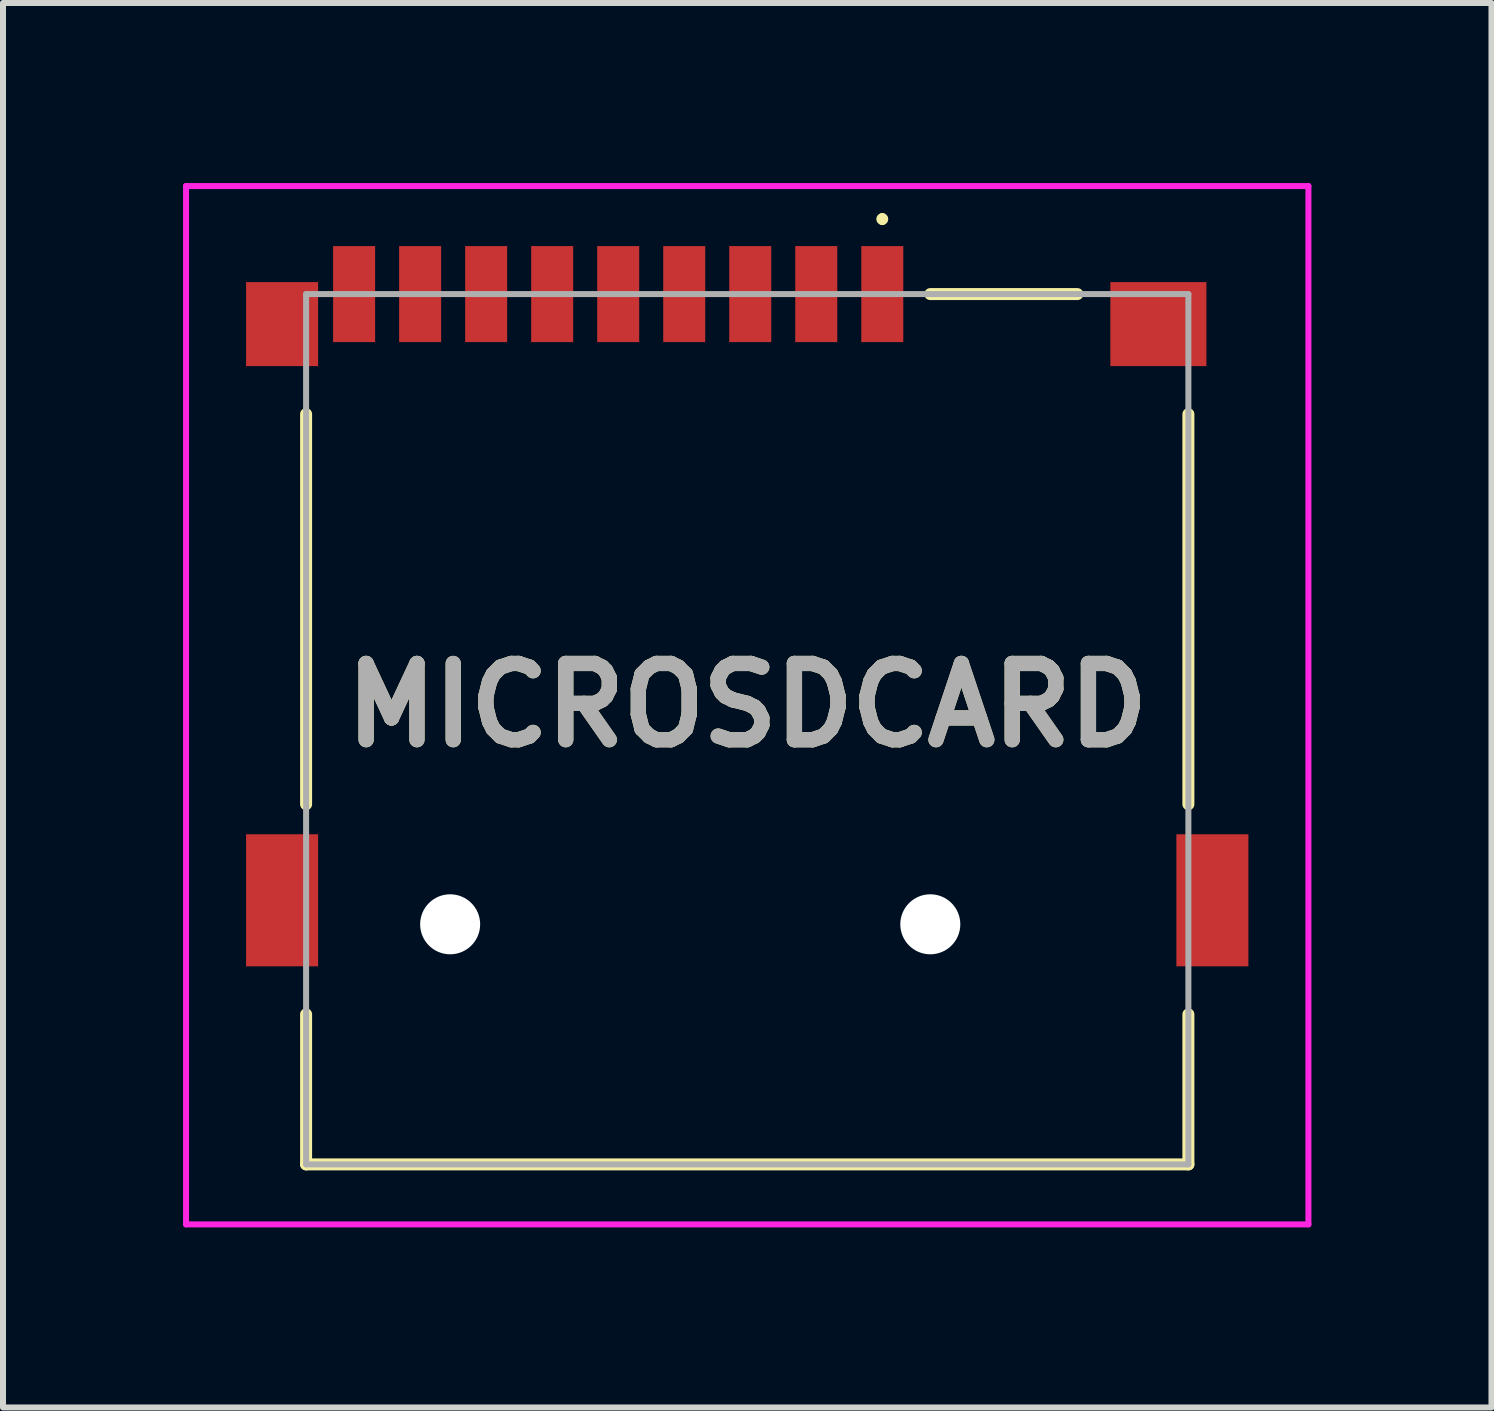
<source format=kicad_pcb>
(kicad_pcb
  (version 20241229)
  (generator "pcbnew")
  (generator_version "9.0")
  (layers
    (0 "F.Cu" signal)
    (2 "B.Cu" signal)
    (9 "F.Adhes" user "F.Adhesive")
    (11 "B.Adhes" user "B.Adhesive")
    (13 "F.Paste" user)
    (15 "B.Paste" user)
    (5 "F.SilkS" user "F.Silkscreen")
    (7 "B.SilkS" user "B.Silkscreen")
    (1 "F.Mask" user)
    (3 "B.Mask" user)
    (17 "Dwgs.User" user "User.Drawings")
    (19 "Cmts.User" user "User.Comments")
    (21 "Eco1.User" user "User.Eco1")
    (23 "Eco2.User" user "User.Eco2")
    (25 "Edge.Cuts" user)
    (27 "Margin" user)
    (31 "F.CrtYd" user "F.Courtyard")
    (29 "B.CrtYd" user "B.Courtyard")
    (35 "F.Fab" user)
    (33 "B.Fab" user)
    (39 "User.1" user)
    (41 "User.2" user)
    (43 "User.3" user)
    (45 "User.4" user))
  (footprint "MICROSDCARD"
    (layer "F.Cu")
    (at 9.4 8.7)
    (property "Reference" "MICROSDCARD" (at 0 0 0) (layer "F.SilkS") (effects (font (size 1.27 1.27) (thickness 0.254))))
    (attr through_hole)
    (fp_line (start -7.35 -4.85) (end -7.35 1.65) (stroke (width 0.2) (type solid)) (layer "F.SilkS"))
    (fp_line (start -7.35 5.15) (end -7.35 7.65) (stroke (width 0.2) (type solid)) (layer "F.SilkS"))
    (fp_line (start -7.35 7.65) (end 7.35 7.65) (stroke (width 0.2) (type solid)) (layer "F.SilkS"))
    (fp_line (start 2.25 -8.15) (end 2.25 -8.15) (stroke (width 0.1) (type solid)) (layer "F.SilkS"))
    (fp_line (start 2.25 -8.05) (end 2.25 -8.05) (stroke (width 0.1) (type solid)) (layer "F.SilkS"))
    (fp_line (start 3.05 -6.85) (end 5.5 -6.85) (stroke (width 0.2) (type solid)) (layer "F.SilkS"))
    (fp_line (start 7.35 -4.85) (end 7.35 1.65) (stroke (width 0.2) (type solid)) (layer "F.SilkS"))
    (fp_line (start 7.35 7.65) (end 7.35 5.15) (stroke (width 0.2) (type solid)) (layer "F.SilkS"))
    (fp_arc (start 2.25 -8.15) (mid 2.3 -8.1) (end 2.25 -8.05) (stroke (width 0.1) (type solid)) (layer "F.SilkS"))
    (fp_arc (start 2.25 -8.05) (mid 2.2 -8.1) (end 2.25 -8.15) (stroke (width 0.1) (type solid)) (layer "F.SilkS"))
    (fp_line (start -9.35 -8.65) (end 9.35 -8.65) (stroke (width 0.1) (type solid)) (layer "F.CrtYd"))
    (fp_line (start -9.35 8.65) (end -9.35 -8.65) (stroke (width 0.1) (type solid)) (layer "F.CrtYd"))
    (fp_line (start 9.35 -8.65) (end 9.35 8.65) (stroke (width 0.1) (type solid)) (layer "F.CrtYd"))
    (fp_line (start 9.35 8.65) (end -9.35 8.65) (stroke (width 0.1) (type solid)) (layer "F.CrtYd"))
    (fp_line (start -7.35 -6.85) (end 7.35 -6.85) (stroke (width 0.1) (type solid)) (layer "F.Fab"))
    (fp_line (start -7.35 7.65) (end -7.35 -6.85) (stroke (width 0.1) (type solid)) (layer "F.Fab"))
    (fp_line (start 7.35 -6.85) (end 7.35 7.65) (stroke (width 0.1) (type solid)) (layer "F.Fab"))
    (fp_line (start 7.35 7.65) (end -7.35 7.65) (stroke (width 0.1) (type solid)) (layer "F.Fab"))
    (fp_text user "${REFERENCE}" (at 0 0 0) (layer "F.Fab") (effects (font (size 1.27 1.27) (thickness 0.254))))
    (pad "" np_thru_hole circle (at -4.95 3.65) (size 1 1) (drill 1) (layers "*.Cu" "*.Mask"))
    (pad "" np_thru_hole circle (at 3.05 3.65) (size 1 1) (drill 1) (layers "*.Cu" "*.Mask"))
    (pad "1" smd rect (at 2.25 -6.85) (size 0.7 1.6) (layers "F.Cu" "F.Mask" "F.Paste"))
    (pad "2" smd rect (at 1.15 -6.85) (size 0.7 1.6) (layers "F.Cu" "F.Mask" "F.Paste"))
    (pad "3" smd rect (at 0.05 -6.85) (size 0.7 1.6) (layers "F.Cu" "F.Mask" "F.Paste"))
    (pad "4" smd rect (at -1.05 -6.85) (size 0.7 1.6) (layers "F.Cu" "F.Mask" "F.Paste"))
    (pad "5" smd rect (at -2.15 -6.85) (size 0.7 1.6) (layers "F.Cu" "F.Mask" "F.Paste"))
    (pad "6" smd rect (at -3.25 -6.85) (size 0.7 1.6) (layers "F.Cu" "F.Mask" "F.Paste"))
    (pad "7" smd rect (at -4.35 -6.85) (size 0.7 1.6) (layers "F.Cu" "F.Mask" "F.Paste"))
    (pad "8" smd rect (at -5.45 -6.85) (size 0.7 1.6) (layers "F.Cu" "F.Mask" "F.Paste"))
    (pad "CD1" smd rect (at -6.55 -6.85) (size 0.7 1.6) (layers "F.Cu" "F.Mask" "F.Paste"))
    (pad "G1" smd rect (at -7.75 -6.35) (size 1.2 1.4) (layers "F.Cu" "F.Mask" "F.Paste"))
    (pad "MP1" smd rect (at 6.85 -6.35 90) (size 1.4 1.6) (layers "F.Cu" "F.Mask" "F.Paste"))
    (pad "MP2" smd rect (at 7.75 3.25) (size 1.2 2.2) (layers "F.Cu" "F.Mask" "F.Paste"))
    (pad "MP3" smd rect (at -7.75 3.25) (size 1.2 2.2) (layers "F.Cu" "F.Mask" "F.Paste")))
  (gr_rect
    (start -3 -3)
    (end 21.8 20.4)
    (stroke (width 0.1) (type default))
    (fill no)
    (layer "Edge.Cuts")))
</source>
